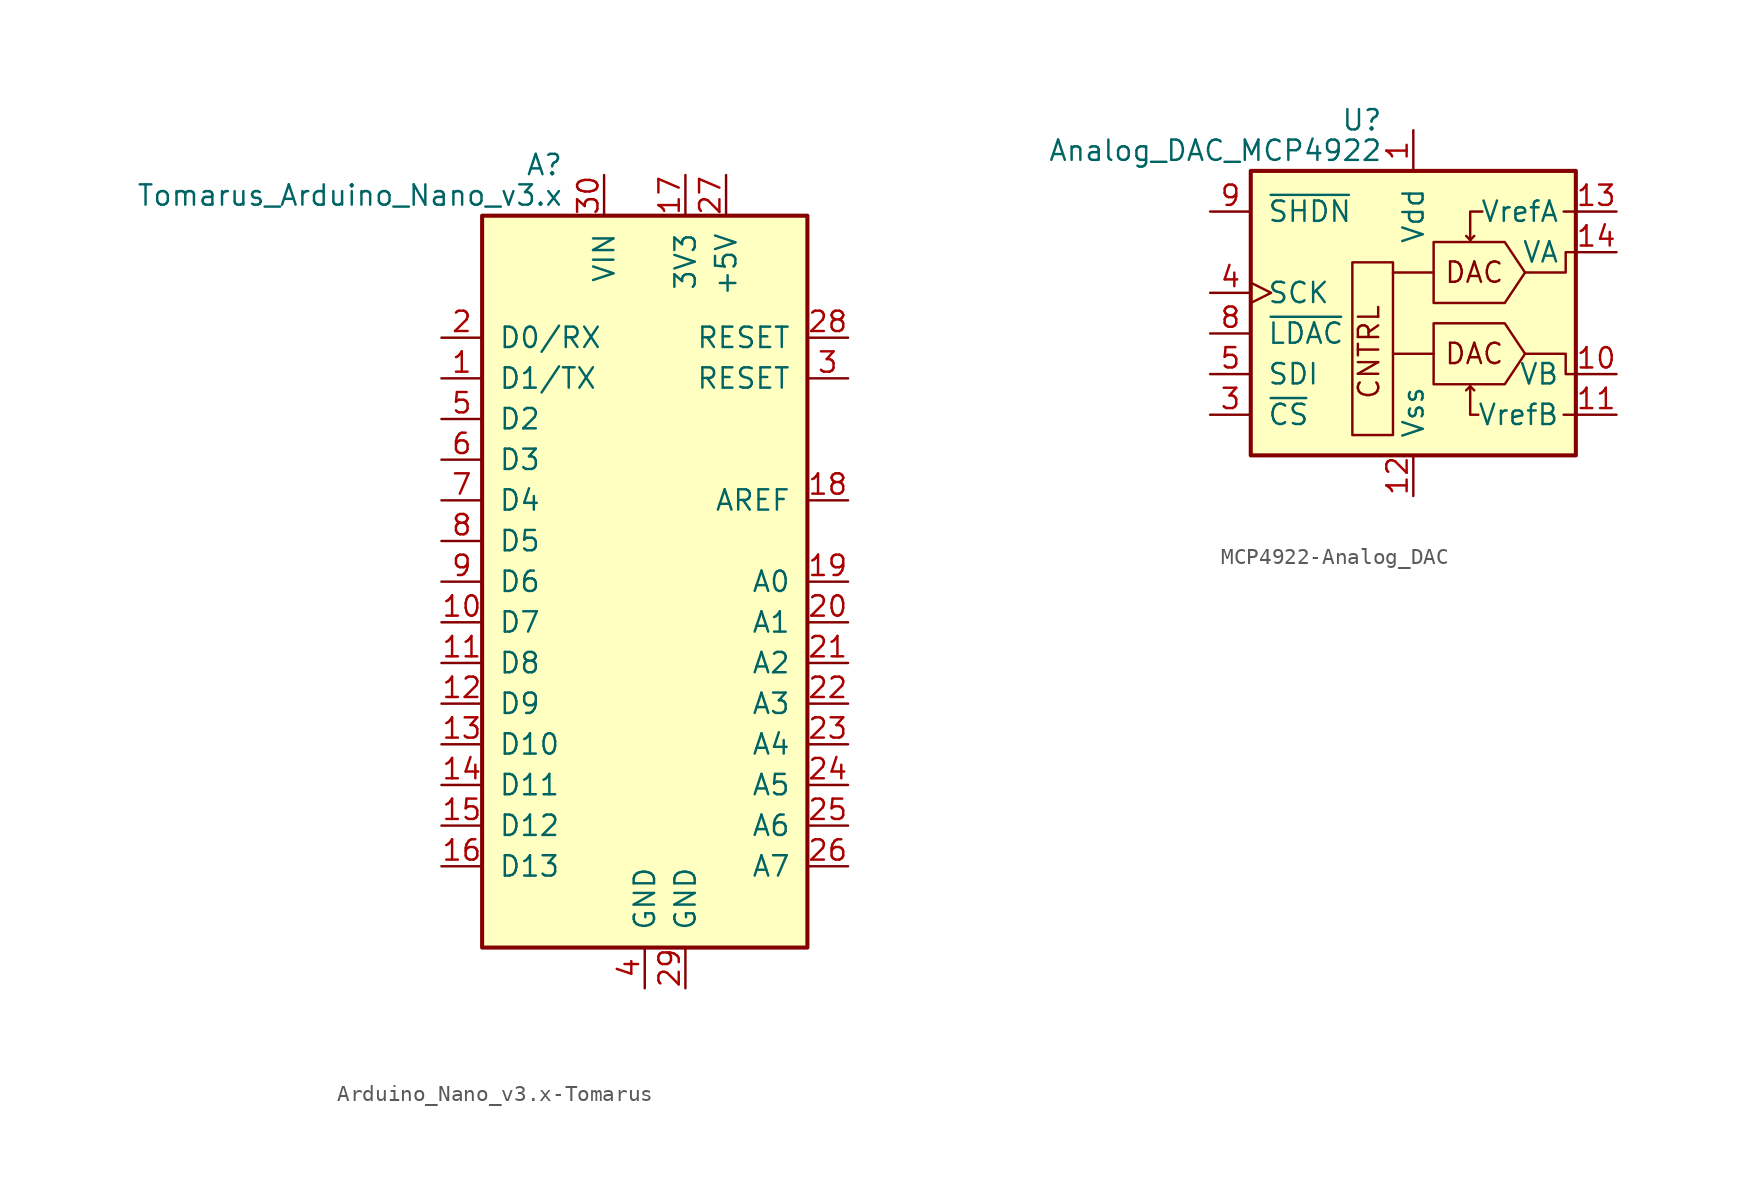
<source format=kicad_sym>
(kicad_symbol_lib
  (version 20231120)
  (generator "kicad_symbol_editor")
  (generator_version "8.0")
  (symbol "Arduino_Nano_v3.x-Tomarus"
    (pin_names
      (offset 1.016))
    (property "Reference" "A"
      (at -5.08 26.035 0)
      (effects (font (size 1.27 1.27)) (justify right)))
    (property "Value" "Tomarus_Arduino_Nano_v3.x"
      (at -5.08 24.13 0)
      (effects (font (size 1.27 1.27)) (justify right)))
    (symbol "Arduino_Nano_v3.x-Tomarus_0_1"
      (rectangle (start -10.16 22.86) (end 10.16 -22.86) (stroke (width 0.254) (type solid)) (fill (type background))))
    (symbol "Arduino_Nano_v3.x-Tomarus_1_1"
      (pin bidirectional line (at -12.7 12.7 0) (length 2.54) (name "D1/TX" (effects (font (size 1.27 1.27)))) (number "1" (effects (font (size 1.27 1.27)))))
      (pin bidirectional line (at -12.7 -2.54 0) (length 2.54) (name "D7" (effects (font (size 1.27 1.27)))) (number "10" (effects (font (size 1.27 1.27)))))
      (pin bidirectional line (at -12.7 -5.08 0) (length 2.54) (name "D8" (effects (font (size 1.27 1.27)))) (number "11" (effects (font (size 1.27 1.27)))))
      (pin bidirectional line (at -12.7 -7.62 0) (length 2.54) (name "D9" (effects (font (size 1.27 1.27)))) (number "12" (effects (font (size 1.27 1.27)))))
      (pin bidirectional line (at -12.7 -10.16 0) (length 2.54) (name "D10" (effects (font (size 1.27 1.27)))) (number "13" (effects (font (size 1.27 1.27)))))
      (pin bidirectional line (at -12.7 -12.7 0) (length 2.54) (name "D11" (effects (font (size 1.27 1.27)))) (number "14" (effects (font (size 1.27 1.27)))))
      (pin bidirectional line (at -12.7 -15.24 0) (length 2.54) (name "D12" (effects (font (size 1.27 1.27)))) (number "15" (effects (font (size 1.27 1.27)))))
      (pin bidirectional line (at -12.7 -17.78 0) (length 2.54) (name "D13" (effects (font (size 1.27 1.27)))) (number "16" (effects (font (size 1.27 1.27)))))
      (pin power_out line (at 2.54 25.4 270) (length 2.54) (name "3V3" (effects (font (size 1.27 1.27)))) (number "17" (effects (font (size 1.27 1.27)))))
      (pin input line (at 12.7 5.08 180) (length 2.54) (name "AREF" (effects (font (size 1.27 1.27)))) (number "18" (effects (font (size 1.27 1.27)))))
      (pin bidirectional line (at 12.7 0 180) (length 2.54) (name "A0" (effects (font (size 1.27 1.27)))) (number "19" (effects (font (size 1.27 1.27)))))
      (pin bidirectional line (at -12.7 15.24 0) (length 2.54) (name "D0/RX" (effects (font (size 1.27 1.27)))) (number "2" (effects (font (size 1.27 1.27)))))
      (pin bidirectional line (at 12.7 -2.54 180) (length 2.54) (name "A1" (effects (font (size 1.27 1.27)))) (number "20" (effects (font (size 1.27 1.27)))))
      (pin bidirectional line (at 12.7 -5.08 180) (length 2.54) (name "A2" (effects (font (size 1.27 1.27)))) (number "21" (effects (font (size 1.27 1.27)))))
      (pin bidirectional line (at 12.7 -7.62 180) (length 2.54) (name "A3" (effects (font (size 1.27 1.27)))) (number "22" (effects (font (size 1.27 1.27)))))
      (pin bidirectional line (at 12.7 -10.16 180) (length 2.54) (name "A4" (effects (font (size 1.27 1.27)))) (number "23" (effects (font (size 1.27 1.27)))))
      (pin bidirectional line (at 12.7 -12.7 180) (length 2.54) (name "A5" (effects (font (size 1.27 1.27)))) (number "24" (effects (font (size 1.27 1.27)))))
      (pin bidirectional line (at 12.7 -15.24 180) (length 2.54) (name "A6" (effects (font (size 1.27 1.27)))) (number "25" (effects (font (size 1.27 1.27)))))
      (pin bidirectional line (at 12.7 -17.78 180) (length 2.54) (name "A7" (effects (font (size 1.27 1.27)))) (number "26" (effects (font (size 1.27 1.27)))))
      (pin power_in line (at 5.08 25.4 270) (length 2.54) (name "+5V" (effects (font (size 1.27 1.27)))) (number "27" (effects (font (size 1.27 1.27)))))
      (pin input line (at 12.7 15.24 180) (length 2.54) (name "RESET" (effects (font (size 1.27 1.27)))) (number "28" (effects (font (size 1.27 1.27)))))
      (pin power_in line (at 2.54 -25.4 90) (length 2.54) (name "GND" (effects (font (size 1.27 1.27)))) (number "29" (effects (font (size 1.27 1.27)))))
      (pin input line (at 12.7 12.7 180) (length 2.54) (name "RESET" (effects (font (size 1.27 1.27)))) (number "3" (effects (font (size 1.27 1.27)))))
      (pin power_in line (at -2.54 25.4 270) (length 2.54) (name "VIN" (effects (font (size 1.27 1.27)))) (number "30" (effects (font (size 1.27 1.27)))))
      (pin power_in line (at 0 -25.4 90) (length 2.54) (name "GND" (effects (font (size 1.27 1.27)))) (number "4" (effects (font (size 1.27 1.27)))))
      (pin bidirectional line (at -12.7 10.16 0) (length 2.54) (name "D2" (effects (font (size 1.27 1.27)))) (number "5" (effects (font (size 1.27 1.27)))))
      (pin bidirectional line (at -12.7 7.62 0) (length 2.54) (name "D3" (effects (font (size 1.27 1.27)))) (number "6" (effects (font (size 1.27 1.27)))))
      (pin bidirectional line (at -12.7 5.08 0) (length 2.54) (name "D4" (effects (font (size 1.27 1.27)))) (number "7" (effects (font (size 1.27 1.27)))))
      (pin bidirectional line (at -12.7 2.54 0) (length 2.54) (name "D5" (effects (font (size 1.27 1.27)))) (number "8" (effects (font (size 1.27 1.27)))))
      (pin bidirectional line (at -12.7 0 0) (length 2.54) (name "D6" (effects (font (size 1.27 1.27)))) (number "9" (effects (font (size 1.27 1.27)))))))
  (symbol "MCP4922-Analog_DAC"
    (pin_names
      (offset 1.016))
    (property "Reference" "U"
      (at -1.905 10.795 0)
      (effects (font (size 1.27 1.27)) (justify right)))
    (property "Value" "Analog_DAC_MCP4922"
      (at -1.905 8.89 0)
      (effects (font (size 1.27 1.27)) (justify right)))
    (symbol "MCP4922-Analog_DAC_0_0"
      (polyline (pts (xy 3.556 -5.842) (xy 3.302 -6.096)) (stroke (width 0) (type solid)) (fill (type none)))
      (polyline (pts (xy 3.556 -5.842) (xy 3.81 -6.096)) (stroke (width 0) (type solid)) (fill (type none)))
      (polyline (pts (xy 3.556 3.302) (xy 3.302 3.556)) (stroke (width 0) (type solid)) (fill (type none)))
      (polyline (pts (xy 3.556 3.302) (xy 3.81 3.556)) (stroke (width 0) (type solid)) (fill (type none)))
      (polyline (pts (xy 10.16 -7.62) (xy 9.398 -7.62)) (stroke (width 0) (type solid)) (fill (type none)))
      (polyline (pts (xy 10.16 5.08) (xy 9.398 5.08)) (stroke (width 0) (type solid)) (fill (type none)))
      (polyline (pts (xy 4.064 -7.62) (xy 3.556 -7.62) (xy 3.556 -5.842)) (stroke (width 0) (type solid)) (fill (type none)))
      (polyline (pts (xy 4.318 5.08) (xy 3.556 5.08) (xy 3.556 3.302)) (stroke (width 0) (type solid)) (fill (type none)))
      (polyline (pts (xy 6.985 -3.81) (xy 9.525 -3.81) (xy 9.525 -5.08) (xy 10.16 -5.08)) (stroke (width 0) (type solid)) (fill (type none)))
      (polyline (pts (xy 6.985 1.27) (xy 9.525 1.27) (xy 9.525 2.54) (xy 10.16 2.54)) (stroke (width 0) (type solid)) (fill (type none)))
      (text "CNTRL" (at -2.032 -6.731 900) (effects (font (size 1.27 1.27)) (justify left bottom)))
      (text "DAC" (at 3.81 -3.81 0) (effects (font (size 1.27 1.27))))
      (text "DAC" (at 3.81 1.27 0) (effects (font (size 1.27 1.27)))))
    (symbol "MCP4922-Analog_DAC_0_1"
      (rectangle (start -10.16 7.62) (end 10.16 -10.16) (stroke (width 0.254) (type solid)) (fill (type background)))
      (rectangle (start -1.27 -8.89) (end -3.81 1.905) (stroke (width 0) (type solid)) (fill (type none)))
      (polyline (pts (xy 1.27 -3.81) (xy -1.27 -3.81)) (stroke (width 0) (type solid)) (fill (type none)))
      (polyline (pts (xy 1.27 1.27) (xy -1.27 1.27)) (stroke (width 0) (type solid)) (fill (type none)))
      (polyline (pts (xy 6.985 -3.81) (xy 5.715 -1.905) (xy 1.27 -1.905) (xy 1.27 -5.715) (xy 5.715 -5.715) (xy 6.985 -3.81)) (stroke (width 0) (type solid)) (fill (type none)))
      (polyline (pts (xy 6.985 1.27) (xy 5.715 3.175) (xy 1.27 3.175) (xy 1.27 -0.635) (xy 5.715 -0.635) (xy 6.985 1.27)) (stroke (width 0) (type solid)) (fill (type none))))
    (symbol "MCP4922-Analog_DAC_1_1"
      (pin power_in line (at 0 10.16 270) (length 2.54) (name "Vdd" (effects (font (size 1.27 1.27)))) (number "1" (effects (font (size 1.27 1.27)))))
      (pin output line (at 12.7 -5.08 180) (length 2.54) (name "VB" (effects (font (size 1.27 1.27)))) (number "10" (effects (font (size 1.27 1.27)))))
      (pin input line (at 12.7 -7.62 180) (length 2.54) (name "VrefB" (effects (font (size 1.27 1.27)))) (number "11" (effects (font (size 1.27 1.27)))))
      (pin power_in line (at 0 -12.7 90) (length 2.54) (name "Vss" (effects (font (size 1.27 1.27)))) (number "12" (effects (font (size 1.27 1.27)))))
      (pin input line (at 12.7 5.08 180) (length 2.54) (name "VrefA" (effects (font (size 1.27 1.27)))) (number "13" (effects (font (size 1.27 1.27)))))
      (pin output line (at 12.7 2.54 180) (length 2.54) (name "VA" (effects (font (size 1.27 1.27)))) (number "14" (effects (font (size 1.27 1.27)))))
      (pin no_connect line (at -7.62 -12.7 90) (length 2.54) hide (name "NC" (effects (font (size 1.27 1.27)))) (number "2" (effects (font (size 1.27 1.27)))))
      (pin input line (at -12.7 -7.62 0) (length 2.54) (name "~{CS}" (effects (font (size 1.27 1.27)))) (number "3" (effects (font (size 1.27 1.27)))))
      (pin input clock (at -12.7 0 0) (length 2.54) (name "SCK" (effects (font (size 1.27 1.27)))) (number "4" (effects (font (size 1.27 1.27)))))
      (pin input line (at -12.7 -5.08 0) (length 2.54) (name "SDI" (effects (font (size 1.27 1.27)))) (number "5" (effects (font (size 1.27 1.27)))))
      (pin no_connect line (at -5.08 -12.7 90) (length 2.54) hide (name "NC" (effects (font (size 1.27 1.27)))) (number "6" (effects (font (size 1.27 1.27)))))
      (pin no_connect line (at -2.54 -12.7 90) (length 2.54) hide (name "NC" (effects (font (size 1.27 1.27)))) (number "7" (effects (font (size 1.27 1.27)))))
      (pin input line (at -12.7 -2.54 0) (length 2.54) (name "~{LDAC}" (effects (font (size 1.27 1.27)))) (number "8" (effects (font (size 1.27 1.27)))))
      (pin output line (at -12.7 5.08 0) (length 2.54) (name "~{SHDN}" (effects (font (size 1.27 1.27)))) (number "9" (effects (font (size 1.27 1.27))))))))
</source>
